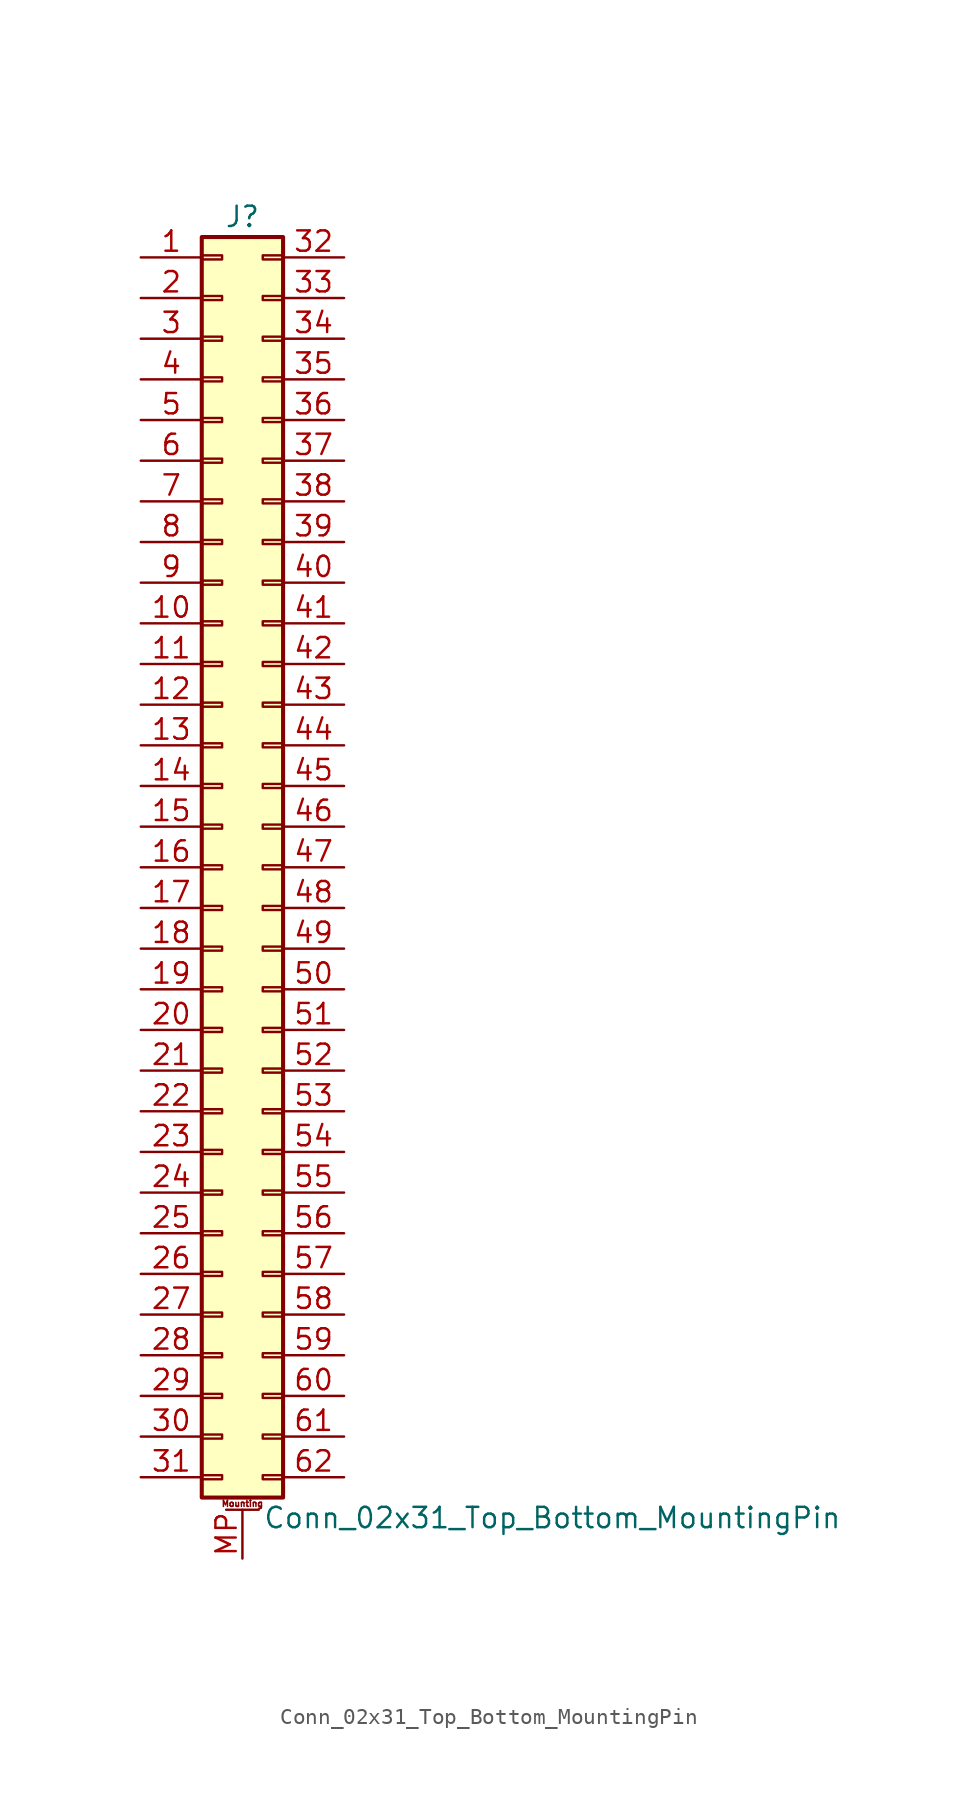
<source format=kicad_sym>
(kicad_symbol_lib
  (version 20211014)
  (generator kicad_symbol_editor)
  (symbol "Conn_02x31_Top_Bottom_MountingPin"
    (pin_names
      (offset 1.016) hide)
    (property "Reference" "J"
      (at 1.27 40.64 0)
      (effects (font (size 1.27 1.27))))
    (property "Value" "Conn_02x31_Top_Bottom_MountingPin"
      (at 2.54 -40.64 0)
      (effects (font (size 1.27 1.27)) (justify left)))
    (symbol "Conn_02x31_Top_Bottom_MountingPin_1_1"
      (rectangle (start -1.27 -37.973) (end 0 -38.227) (stroke (width 0.152) (type default) (color 0 0 0 0)) (fill (type none)))
      (rectangle (start -1.27 -35.433) (end 0 -35.687) (stroke (width 0.152) (type default) (color 0 0 0 0)) (fill (type none)))
      (rectangle (start -1.27 -32.893) (end 0 -33.147) (stroke (width 0.152) (type default) (color 0 0 0 0)) (fill (type none)))
      (rectangle (start -1.27 -30.353) (end 0 -30.607) (stroke (width 0.152) (type default) (color 0 0 0 0)) (fill (type none)))
      (rectangle (start -1.27 -27.813) (end 0 -28.067) (stroke (width 0.152) (type default) (color 0 0 0 0)) (fill (type none)))
      (rectangle (start -1.27 -25.273) (end 0 -25.527) (stroke (width 0.152) (type default) (color 0 0 0 0)) (fill (type none)))
      (rectangle (start -1.27 -22.733) (end 0 -22.987) (stroke (width 0.152) (type default) (color 0 0 0 0)) (fill (type none)))
      (rectangle (start -1.27 -20.193) (end 0 -20.447) (stroke (width 0.152) (type default) (color 0 0 0 0)) (fill (type none)))
      (rectangle (start -1.27 -17.653) (end 0 -17.907) (stroke (width 0.152) (type default) (color 0 0 0 0)) (fill (type none)))
      (rectangle (start -1.27 -15.113) (end 0 -15.367) (stroke (width 0.152) (type default) (color 0 0 0 0)) (fill (type none)))
      (rectangle (start -1.27 -12.573) (end 0 -12.827) (stroke (width 0.152) (type default) (color 0 0 0 0)) (fill (type none)))
      (rectangle (start -1.27 -10.033) (end 0 -10.287) (stroke (width 0.152) (type default) (color 0 0 0 0)) (fill (type none)))
      (rectangle (start -1.27 -7.493) (end 0 -7.747) (stroke (width 0.152) (type default) (color 0 0 0 0)) (fill (type none)))
      (rectangle (start -1.27 -4.953) (end 0 -5.207) (stroke (width 0.152) (type default) (color 0 0 0 0)) (fill (type none)))
      (rectangle (start -1.27 -2.413) (end 0 -2.667) (stroke (width 0.152) (type default) (color 0 0 0 0)) (fill (type none)))
      (rectangle (start -1.27 0.127) (end 0 -0.127) (stroke (width 0.152) (type default) (color 0 0 0 0)) (fill (type none)))
      (rectangle (start -1.27 2.667) (end 0 2.413) (stroke (width 0.152) (type default) (color 0 0 0 0)) (fill (type none)))
      (rectangle (start -1.27 5.207) (end 0 4.953) (stroke (width 0.152) (type default) (color 0 0 0 0)) (fill (type none)))
      (rectangle (start -1.27 7.747) (end 0 7.493) (stroke (width 0.152) (type default) (color 0 0 0 0)) (fill (type none)))
      (rectangle (start -1.27 10.287) (end 0 10.033) (stroke (width 0.152) (type default) (color 0 0 0 0)) (fill (type none)))
      (rectangle (start -1.27 12.827) (end 0 12.573) (stroke (width 0.152) (type default) (color 0 0 0 0)) (fill (type none)))
      (rectangle (start -1.27 15.367) (end 0 15.113) (stroke (width 0.152) (type default) (color 0 0 0 0)) (fill (type none)))
      (rectangle (start -1.27 17.907) (end 0 17.653) (stroke (width 0.152) (type default) (color 0 0 0 0)) (fill (type none)))
      (rectangle (start -1.27 20.447) (end 0 20.193) (stroke (width 0.152) (type default) (color 0 0 0 0)) (fill (type none)))
      (rectangle (start -1.27 22.987) (end 0 22.733) (stroke (width 0.152) (type default) (color 0 0 0 0)) (fill (type none)))
      (rectangle (start -1.27 25.527) (end 0 25.273) (stroke (width 0.152) (type default) (color 0 0 0 0)) (fill (type none)))
      (rectangle (start -1.27 28.067) (end 0 27.813) (stroke (width 0.152) (type default) (color 0 0 0 0)) (fill (type none)))
      (rectangle (start -1.27 30.607) (end 0 30.353) (stroke (width 0.152) (type default) (color 0 0 0 0)) (fill (type none)))
      (rectangle (start -1.27 33.147) (end 0 32.893) (stroke (width 0.152) (type default) (color 0 0 0 0)) (fill (type none)))
      (rectangle (start -1.27 35.687) (end 0 35.433) (stroke (width 0.152) (type default) (color 0 0 0 0)) (fill (type none)))
      (rectangle (start -1.27 38.227) (end 0 37.973) (stroke (width 0.152) (type default) (color 0 0 0 0)) (fill (type none)))
      (rectangle (start -1.27 39.37) (end 3.81 -39.37) (stroke (width 0.254) (type default) (color 0 0 0 0)) (fill (type background)))
      (polyline (pts (xy 0.254 -40.132) (xy 2.286 -40.132)) (stroke (width 0.152) (type default) (color 0 0 0 0)) (fill (type none)))
      (rectangle (start 3.81 -37.973) (end 2.54 -38.227) (stroke (width 0.152) (type default) (color 0 0 0 0)) (fill (type none)))
      (rectangle (start 3.81 -35.433) (end 2.54 -35.687) (stroke (width 0.152) (type default) (color 0 0 0 0)) (fill (type none)))
      (rectangle (start 3.81 -32.893) (end 2.54 -33.147) (stroke (width 0.152) (type default) (color 0 0 0 0)) (fill (type none)))
      (rectangle (start 3.81 -30.353) (end 2.54 -30.607) (stroke (width 0.152) (type default) (color 0 0 0 0)) (fill (type none)))
      (rectangle (start 3.81 -27.813) (end 2.54 -28.067) (stroke (width 0.152) (type default) (color 0 0 0 0)) (fill (type none)))
      (rectangle (start 3.81 -25.273) (end 2.54 -25.527) (stroke (width 0.152) (type default) (color 0 0 0 0)) (fill (type none)))
      (rectangle (start 3.81 -22.733) (end 2.54 -22.987) (stroke (width 0.152) (type default) (color 0 0 0 0)) (fill (type none)))
      (rectangle (start 3.81 -20.193) (end 2.54 -20.447) (stroke (width 0.152) (type default) (color 0 0 0 0)) (fill (type none)))
      (rectangle (start 3.81 -17.653) (end 2.54 -17.907) (stroke (width 0.152) (type default) (color 0 0 0 0)) (fill (type none)))
      (rectangle (start 3.81 -15.113) (end 2.54 -15.367) (stroke (width 0.152) (type default) (color 0 0 0 0)) (fill (type none)))
      (rectangle (start 3.81 -12.573) (end 2.54 -12.827) (stroke (width 0.152) (type default) (color 0 0 0 0)) (fill (type none)))
      (rectangle (start 3.81 -10.033) (end 2.54 -10.287) (stroke (width 0.152) (type default) (color 0 0 0 0)) (fill (type none)))
      (rectangle (start 3.81 -7.493) (end 2.54 -7.747) (stroke (width 0.152) (type default) (color 0 0 0 0)) (fill (type none)))
      (rectangle (start 3.81 -4.953) (end 2.54 -5.207) (stroke (width 0.152) (type default) (color 0 0 0 0)) (fill (type none)))
      (rectangle (start 3.81 -2.413) (end 2.54 -2.667) (stroke (width 0.152) (type default) (color 0 0 0 0)) (fill (type none)))
      (rectangle (start 3.81 0.127) (end 2.54 -0.127) (stroke (width 0.152) (type default) (color 0 0 0 0)) (fill (type none)))
      (rectangle (start 3.81 2.667) (end 2.54 2.413) (stroke (width 0.152) (type default) (color 0 0 0 0)) (fill (type none)))
      (rectangle (start 3.81 5.207) (end 2.54 4.953) (stroke (width 0.152) (type default) (color 0 0 0 0)) (fill (type none)))
      (rectangle (start 3.81 7.747) (end 2.54 7.493) (stroke (width 0.152) (type default) (color 0 0 0 0)) (fill (type none)))
      (rectangle (start 3.81 10.287) (end 2.54 10.033) (stroke (width 0.152) (type default) (color 0 0 0 0)) (fill (type none)))
      (rectangle (start 3.81 12.827) (end 2.54 12.573) (stroke (width 0.152) (type default) (color 0 0 0 0)) (fill (type none)))
      (rectangle (start 3.81 15.367) (end 2.54 15.113) (stroke (width 0.152) (type default) (color 0 0 0 0)) (fill (type none)))
      (rectangle (start 3.81 17.907) (end 2.54 17.653) (stroke (width 0.152) (type default) (color 0 0 0 0)) (fill (type none)))
      (rectangle (start 3.81 20.447) (end 2.54 20.193) (stroke (width 0.152) (type default) (color 0 0 0 0)) (fill (type none)))
      (rectangle (start 3.81 22.987) (end 2.54 22.733) (stroke (width 0.152) (type default) (color 0 0 0 0)) (fill (type none)))
      (rectangle (start 3.81 25.527) (end 2.54 25.273) (stroke (width 0.152) (type default) (color 0 0 0 0)) (fill (type none)))
      (rectangle (start 3.81 28.067) (end 2.54 27.813) (stroke (width 0.152) (type default) (color 0 0 0 0)) (fill (type none)))
      (rectangle (start 3.81 30.607) (end 2.54 30.353) (stroke (width 0.152) (type default) (color 0 0 0 0)) (fill (type none)))
      (rectangle (start 3.81 33.147) (end 2.54 32.893) (stroke (width 0.152) (type default) (color 0 0 0 0)) (fill (type none)))
      (rectangle (start 3.81 35.687) (end 2.54 35.433) (stroke (width 0.152) (type default) (color 0 0 0 0)) (fill (type none)))
      (rectangle (start 3.81 38.227) (end 2.54 37.973) (stroke (width 0.152) (type default) (color 0 0 0 0)) (fill (type none)))
      (text "Mounting" (at 1.27 -39.751 0) (effects (font (size 0.381 0.381))))
      (pin passive line (at -5.08 38.1 0) (length 3.81) (name "Pin_1" (effects (font (size 1.27 1.27)))) (number "1" (effects (font (size 1.27 1.27)))))
      (pin passive line (at -5.08 15.24 0) (length 3.81) (name "Pin_10" (effects (font (size 1.27 1.27)))) (number "10" (effects (font (size 1.27 1.27)))))
      (pin passive line (at -5.08 12.7 0) (length 3.81) (name "Pin_11" (effects (font (size 1.27 1.27)))) (number "11" (effects (font (size 1.27 1.27)))))
      (pin passive line (at -5.08 10.16 0) (length 3.81) (name "Pin_12" (effects (font (size 1.27 1.27)))) (number "12" (effects (font (size 1.27 1.27)))))
      (pin passive line (at -5.08 7.62 0) (length 3.81) (name "Pin_13" (effects (font (size 1.27 1.27)))) (number "13" (effects (font (size 1.27 1.27)))))
      (pin passive line (at -5.08 5.08 0) (length 3.81) (name "Pin_14" (effects (font (size 1.27 1.27)))) (number "14" (effects (font (size 1.27 1.27)))))
      (pin passive line (at -5.08 2.54 0) (length 3.81) (name "Pin_15" (effects (font (size 1.27 1.27)))) (number "15" (effects (font (size 1.27 1.27)))))
      (pin passive line (at -5.08 0 0) (length 3.81) (name "Pin_16" (effects (font (size 1.27 1.27)))) (number "16" (effects (font (size 1.27 1.27)))))
      (pin passive line (at -5.08 -2.54 0) (length 3.81) (name "Pin_17" (effects (font (size 1.27 1.27)))) (number "17" (effects (font (size 1.27 1.27)))))
      (pin passive line (at -5.08 -5.08 0) (length 3.81) (name "Pin_18" (effects (font (size 1.27 1.27)))) (number "18" (effects (font (size 1.27 1.27)))))
      (pin passive line (at -5.08 -7.62 0) (length 3.81) (name "Pin_19" (effects (font (size 1.27 1.27)))) (number "19" (effects (font (size 1.27 1.27)))))
      (pin passive line (at -5.08 35.56 0) (length 3.81) (name "Pin_2" (effects (font (size 1.27 1.27)))) (number "2" (effects (font (size 1.27 1.27)))))
      (pin passive line (at -5.08 -10.16 0) (length 3.81) (name "Pin_20" (effects (font (size 1.27 1.27)))) (number "20" (effects (font (size 1.27 1.27)))))
      (pin passive line (at -5.08 -12.7 0) (length 3.81) (name "Pin_21" (effects (font (size 1.27 1.27)))) (number "21" (effects (font (size 1.27 1.27)))))
      (pin passive line (at -5.08 -15.24 0) (length 3.81) (name "Pin_22" (effects (font (size 1.27 1.27)))) (number "22" (effects (font (size 1.27 1.27)))))
      (pin passive line (at -5.08 -17.78 0) (length 3.81) (name "Pin_23" (effects (font (size 1.27 1.27)))) (number "23" (effects (font (size 1.27 1.27)))))
      (pin passive line (at -5.08 -20.32 0) (length 3.81) (name "Pin_24" (effects (font (size 1.27 1.27)))) (number "24" (effects (font (size 1.27 1.27)))))
      (pin passive line (at -5.08 -22.86 0) (length 3.81) (name "Pin_25" (effects (font (size 1.27 1.27)))) (number "25" (effects (font (size 1.27 1.27)))))
      (pin passive line (at -5.08 -25.4 0) (length 3.81) (name "Pin_26" (effects (font (size 1.27 1.27)))) (number "26" (effects (font (size 1.27 1.27)))))
      (pin passive line (at -5.08 -27.94 0) (length 3.81) (name "Pin_27" (effects (font (size 1.27 1.27)))) (number "27" (effects (font (size 1.27 1.27)))))
      (pin passive line (at -5.08 -30.48 0) (length 3.81) (name "Pin_28" (effects (font (size 1.27 1.27)))) (number "28" (effects (font (size 1.27 1.27)))))
      (pin passive line (at -5.08 -33.02 0) (length 3.81) (name "Pin_29" (effects (font (size 1.27 1.27)))) (number "29" (effects (font (size 1.27 1.27)))))
      (pin passive line (at -5.08 33.02 0) (length 3.81) (name "Pin_3" (effects (font (size 1.27 1.27)))) (number "3" (effects (font (size 1.27 1.27)))))
      (pin passive line (at -5.08 -35.56 0) (length 3.81) (name "Pin_30" (effects (font (size 1.27 1.27)))) (number "30" (effects (font (size 1.27 1.27)))))
      (pin passive line (at -5.08 -38.1 0) (length 3.81) (name "Pin_31" (effects (font (size 1.27 1.27)))) (number "31" (effects (font (size 1.27 1.27)))))
      (pin passive line (at 7.62 38.1 180) (length 3.81) (name "Pin_32" (effects (font (size 1.27 1.27)))) (number "32" (effects (font (size 1.27 1.27)))))
      (pin passive line (at 7.62 35.56 180) (length 3.81) (name "Pin_33" (effects (font (size 1.27 1.27)))) (number "33" (effects (font (size 1.27 1.27)))))
      (pin passive line (at 7.62 33.02 180) (length 3.81) (name "Pin_34" (effects (font (size 1.27 1.27)))) (number "34" (effects (font (size 1.27 1.27)))))
      (pin passive line (at 7.62 30.48 180) (length 3.81) (name "Pin_35" (effects (font (size 1.27 1.27)))) (number "35" (effects (font (size 1.27 1.27)))))
      (pin passive line (at 7.62 27.94 180) (length 3.81) (name "Pin_36" (effects (font (size 1.27 1.27)))) (number "36" (effects (font (size 1.27 1.27)))))
      (pin passive line (at 7.62 25.4 180) (length 3.81) (name "Pin_37" (effects (font (size 1.27 1.27)))) (number "37" (effects (font (size 1.27 1.27)))))
      (pin passive line (at 7.62 22.86 180) (length 3.81) (name "Pin_38" (effects (font (size 1.27 1.27)))) (number "38" (effects (font (size 1.27 1.27)))))
      (pin passive line (at 7.62 20.32 180) (length 3.81) (name "Pin_39" (effects (font (size 1.27 1.27)))) (number "39" (effects (font (size 1.27 1.27)))))
      (pin passive line (at -5.08 30.48 0) (length 3.81) (name "Pin_4" (effects (font (size 1.27 1.27)))) (number "4" (effects (font (size 1.27 1.27)))))
      (pin passive line (at 7.62 17.78 180) (length 3.81) (name "Pin_40" (effects (font (size 1.27 1.27)))) (number "40" (effects (font (size 1.27 1.27)))))
      (pin passive line (at 7.62 15.24 180) (length 3.81) (name "Pin_41" (effects (font (size 1.27 1.27)))) (number "41" (effects (font (size 1.27 1.27)))))
      (pin passive line (at 7.62 12.7 180) (length 3.81) (name "Pin_42" (effects (font (size 1.27 1.27)))) (number "42" (effects (font (size 1.27 1.27)))))
      (pin passive line (at 7.62 10.16 180) (length 3.81) (name "Pin_43" (effects (font (size 1.27 1.27)))) (number "43" (effects (font (size 1.27 1.27)))))
      (pin passive line (at 7.62 7.62 180) (length 3.81) (name "Pin_44" (effects (font (size 1.27 1.27)))) (number "44" (effects (font (size 1.27 1.27)))))
      (pin passive line (at 7.62 5.08 180) (length 3.81) (name "Pin_45" (effects (font (size 1.27 1.27)))) (number "45" (effects (font (size 1.27 1.27)))))
      (pin passive line (at 7.62 2.54 180) (length 3.81) (name "Pin_46" (effects (font (size 1.27 1.27)))) (number "46" (effects (font (size 1.27 1.27)))))
      (pin passive line (at 7.62 0 180) (length 3.81) (name "Pin_47" (effects (font (size 1.27 1.27)))) (number "47" (effects (font (size 1.27 1.27)))))
      (pin passive line (at 7.62 -2.54 180) (length 3.81) (name "Pin_48" (effects (font (size 1.27 1.27)))) (number "48" (effects (font (size 1.27 1.27)))))
      (pin passive line (at 7.62 -5.08 180) (length 3.81) (name "Pin_49" (effects (font (size 1.27 1.27)))) (number "49" (effects (font (size 1.27 1.27)))))
      (pin passive line (at -5.08 27.94 0) (length 3.81) (name "Pin_5" (effects (font (size 1.27 1.27)))) (number "5" (effects (font (size 1.27 1.27)))))
      (pin passive line (at 7.62 -7.62 180) (length 3.81) (name "Pin_50" (effects (font (size 1.27 1.27)))) (number "50" (effects (font (size 1.27 1.27)))))
      (pin passive line (at 7.62 -10.16 180) (length 3.81) (name "Pin_51" (effects (font (size 1.27 1.27)))) (number "51" (effects (font (size 1.27 1.27)))))
      (pin passive line (at 7.62 -12.7 180) (length 3.81) (name "Pin_52" (effects (font (size 1.27 1.27)))) (number "52" (effects (font (size 1.27 1.27)))))
      (pin passive line (at 7.62 -15.24 180) (length 3.81) (name "Pin_53" (effects (font (size 1.27 1.27)))) (number "53" (effects (font (size 1.27 1.27)))))
      (pin passive line (at 7.62 -17.78 180) (length 3.81) (name "Pin_54" (effects (font (size 1.27 1.27)))) (number "54" (effects (font (size 1.27 1.27)))))
      (pin passive line (at 7.62 -20.32 180) (length 3.81) (name "Pin_55" (effects (font (size 1.27 1.27)))) (number "55" (effects (font (size 1.27 1.27)))))
      (pin passive line (at 7.62 -22.86 180) (length 3.81) (name "Pin_56" (effects (font (size 1.27 1.27)))) (number "56" (effects (font (size 1.27 1.27)))))
      (pin passive line (at 7.62 -25.4 180) (length 3.81) (name "Pin_57" (effects (font (size 1.27 1.27)))) (number "57" (effects (font (size 1.27 1.27)))))
      (pin passive line (at 7.62 -27.94 180) (length 3.81) (name "Pin_58" (effects (font (size 1.27 1.27)))) (number "58" (effects (font (size 1.27 1.27)))))
      (pin passive line (at 7.62 -30.48 180) (length 3.81) (name "Pin_59" (effects (font (size 1.27 1.27)))) (number "59" (effects (font (size 1.27 1.27)))))
      (pin passive line (at -5.08 25.4 0) (length 3.81) (name "Pin_6" (effects (font (size 1.27 1.27)))) (number "6" (effects (font (size 1.27 1.27)))))
      (pin passive line (at 7.62 -33.02 180) (length 3.81) (name "Pin_60" (effects (font (size 1.27 1.27)))) (number "60" (effects (font (size 1.27 1.27)))))
      (pin passive line (at 7.62 -35.56 180) (length 3.81) (name "Pin_61" (effects (font (size 1.27 1.27)))) (number "61" (effects (font (size 1.27 1.27)))))
      (pin passive line (at 7.62 -38.1 180) (length 3.81) (name "Pin_62" (effects (font (size 1.27 1.27)))) (number "62" (effects (font (size 1.27 1.27)))))
      (pin passive line (at -5.08 22.86 0) (length 3.81) (name "Pin_7" (effects (font (size 1.27 1.27)))) (number "7" (effects (font (size 1.27 1.27)))))
      (pin passive line (at -5.08 20.32 0) (length 3.81) (name "Pin_8" (effects (font (size 1.27 1.27)))) (number "8" (effects (font (size 1.27 1.27)))))
      (pin passive line (at -5.08 17.78 0) (length 3.81) (name "Pin_9" (effects (font (size 1.27 1.27)))) (number "9" (effects (font (size 1.27 1.27)))))
      (pin passive line (at 1.27 -43.18 90) (length 3.048) (name "MountPin" (effects (font (size 1.27 1.27)))) (number "MP" (effects (font (size 1.27 1.27))))))))
</source>
